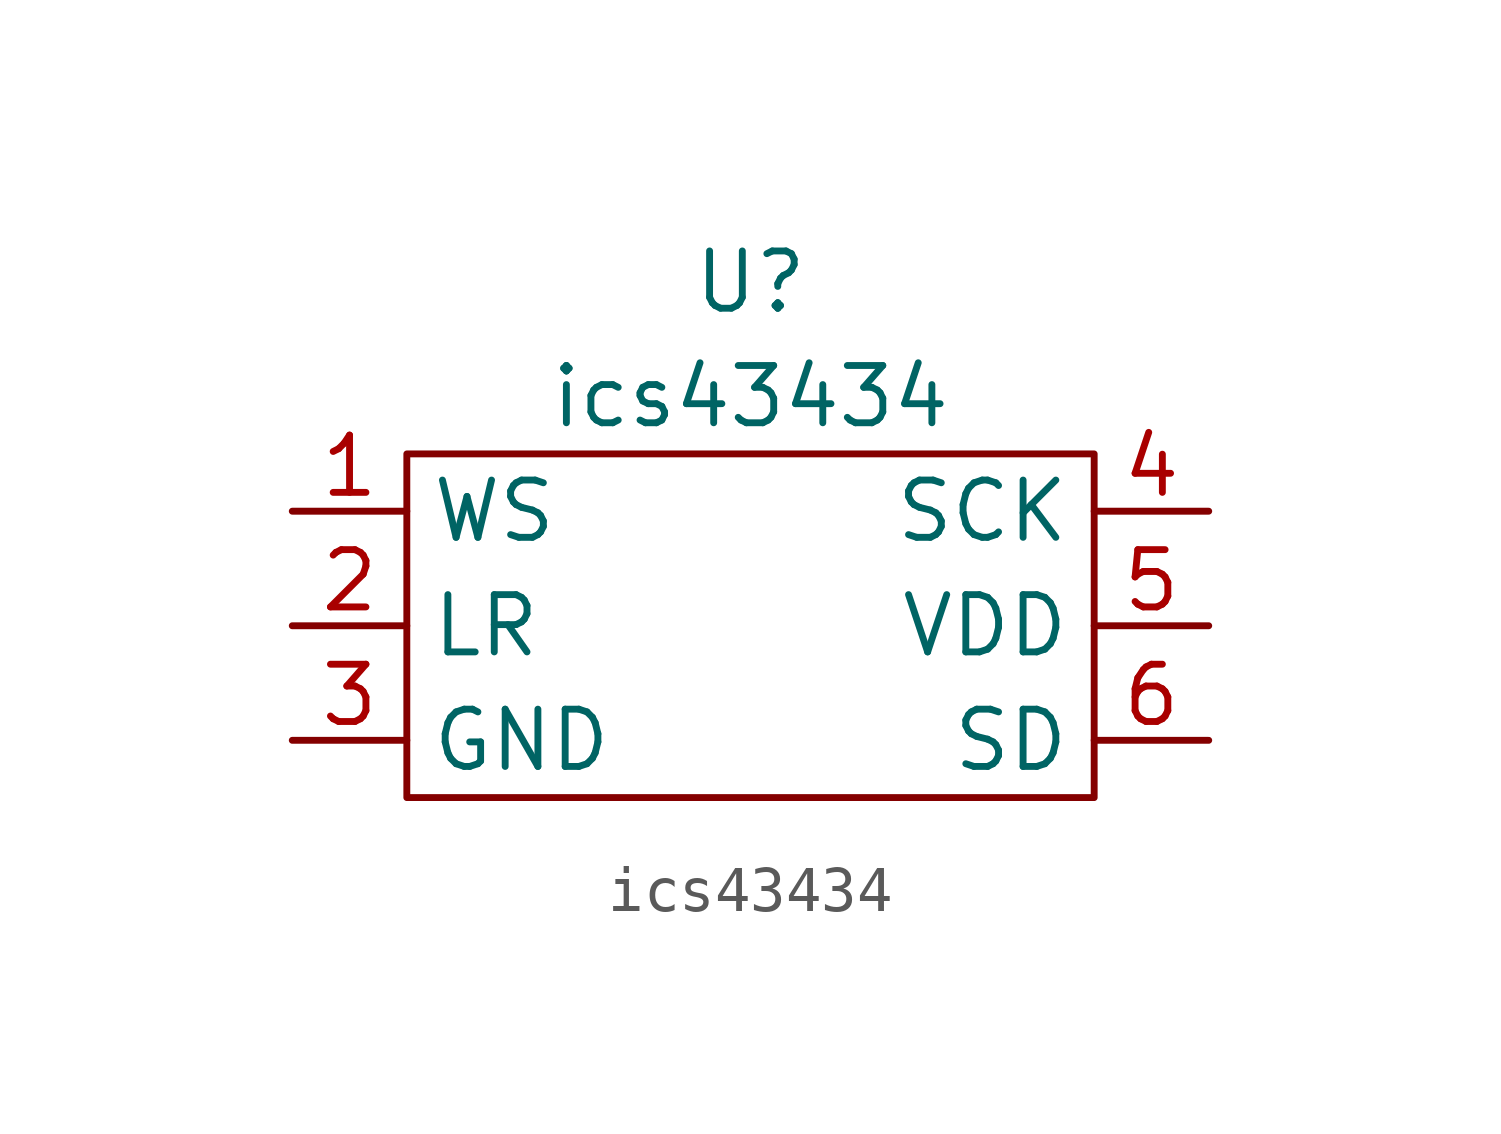
<source format=kicad_sym>
(kicad_symbol_lib
  (version 20211014)
  (generator kicad_symbol_editor)
  (symbol "ics43434"
    (property "Reference" "U"
      (at 0 7.62 0)
      (effects (font (size 1.27 1.27))))
    (property "Value" "ics43434"
      (at 0 5.08 0)
      (effects (font (size 1.27 1.27))))
    (symbol "ics43434_0_1"
      (rectangle (start -7.62 3.81) (end 7.62 -3.81) (stroke (width 0) (type default) (color 0 0 0 0)) (fill (type none))))
    (symbol "ics43434_1_1"
      (pin input line (at -10.16 2.54 0) (length 2.54) (name "WS" (effects (font (size 1.27 1.27)))) (number "1" (effects (font (size 1.27 1.27)))))
      (pin input line (at -10.16 0 0) (length 2.54) (name "LR" (effects (font (size 1.27 1.27)))) (number "2" (effects (font (size 1.27 1.27)))))
      (pin power_in line (at -10.16 -2.54 0) (length 2.54) (name "GND" (effects (font (size 1.27 1.27)))) (number "3" (effects (font (size 1.27 1.27)))))
      (pin input line (at 10.16 2.54 180) (length 2.54) (name "SCK" (effects (font (size 1.27 1.27)))) (number "4" (effects (font (size 1.27 1.27)))))
      (pin power_in line (at 10.16 0 180) (length 2.54) (name "VDD" (effects (font (size 1.27 1.27)))) (number "5" (effects (font (size 1.27 1.27)))))
      (pin output line (at 10.16 -2.54 180) (length 2.54) (name "SD" (effects (font (size 1.27 1.27)))) (number "6" (effects (font (size 1.27 1.27))))))))
</source>
